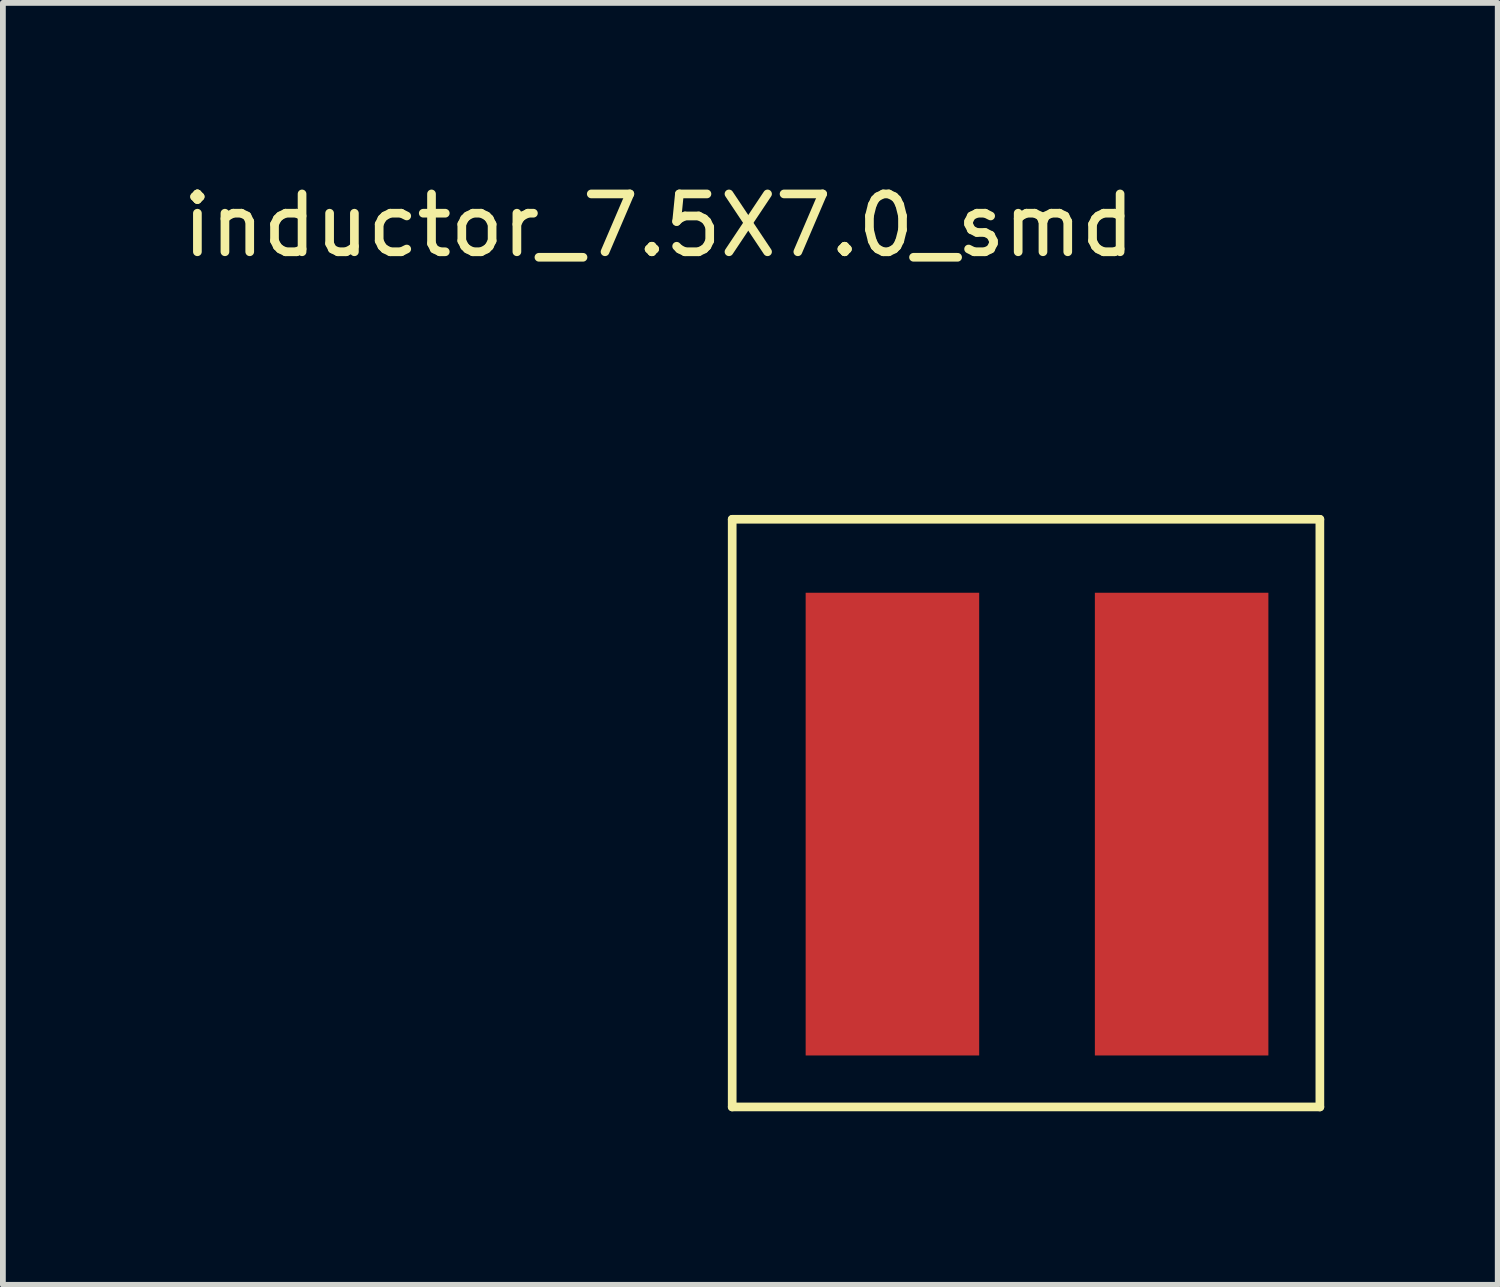
<source format=kicad_pcb>
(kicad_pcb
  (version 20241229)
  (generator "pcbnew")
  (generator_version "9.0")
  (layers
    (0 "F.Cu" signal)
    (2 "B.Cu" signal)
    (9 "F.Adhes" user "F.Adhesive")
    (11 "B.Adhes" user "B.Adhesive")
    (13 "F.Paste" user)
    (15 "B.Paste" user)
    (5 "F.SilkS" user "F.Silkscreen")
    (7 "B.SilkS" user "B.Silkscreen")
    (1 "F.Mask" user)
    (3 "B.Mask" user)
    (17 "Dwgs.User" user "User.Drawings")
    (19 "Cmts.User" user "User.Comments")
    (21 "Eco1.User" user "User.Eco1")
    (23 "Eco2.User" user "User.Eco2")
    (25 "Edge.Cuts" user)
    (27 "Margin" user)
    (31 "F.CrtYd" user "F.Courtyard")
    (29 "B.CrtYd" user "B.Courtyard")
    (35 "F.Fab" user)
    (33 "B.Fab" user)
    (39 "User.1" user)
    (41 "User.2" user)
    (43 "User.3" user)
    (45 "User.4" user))
  (footprint "inductor_7.5X7.0_smd"
    (layer "F.Cu")
    (at 10.879 7.198)
    (property "Reference" "inductor_7.5X7.0_smd" (at -2.54 -6.35 0) (layer "F.SilkS") (effects (font (size 1 1) (thickness 0.15))))
    (attr through_hole)
    (fp_line (start -1.27 -1.27) (end 8.89 -1.27) (stroke (width 0.15) (type solid)) (layer "F.SilkS"))
    (fp_line (start -1.27 8.89) (end -1.27 -1.27) (stroke (width 0.15) (type solid)) (layer "F.SilkS"))
    (fp_line (start 8.89 -1.27) (end 8.89 8.89) (stroke (width 0.15) (type solid)) (layer "F.SilkS"))
    (fp_line (start 8.89 8.89) (end -1.27 8.89) (stroke (width 0.15) (type solid)) (layer "F.SilkS"))
    (pad "1" smd rect (at 1.5 4) (size 3 8) (layers "F.Cu" "F.Mask" "F.Paste"))
    (pad "2" smd rect (at 6.5 4) (size 3 8) (layers "F.Cu" "F.Mask" "F.Paste")))
  (gr_rect
    (start -3 -3)
    (end 22.844 19.163)
    (stroke (width 0.1) (type default))
    (fill no)
    (layer "Edge.Cuts")))
</source>
